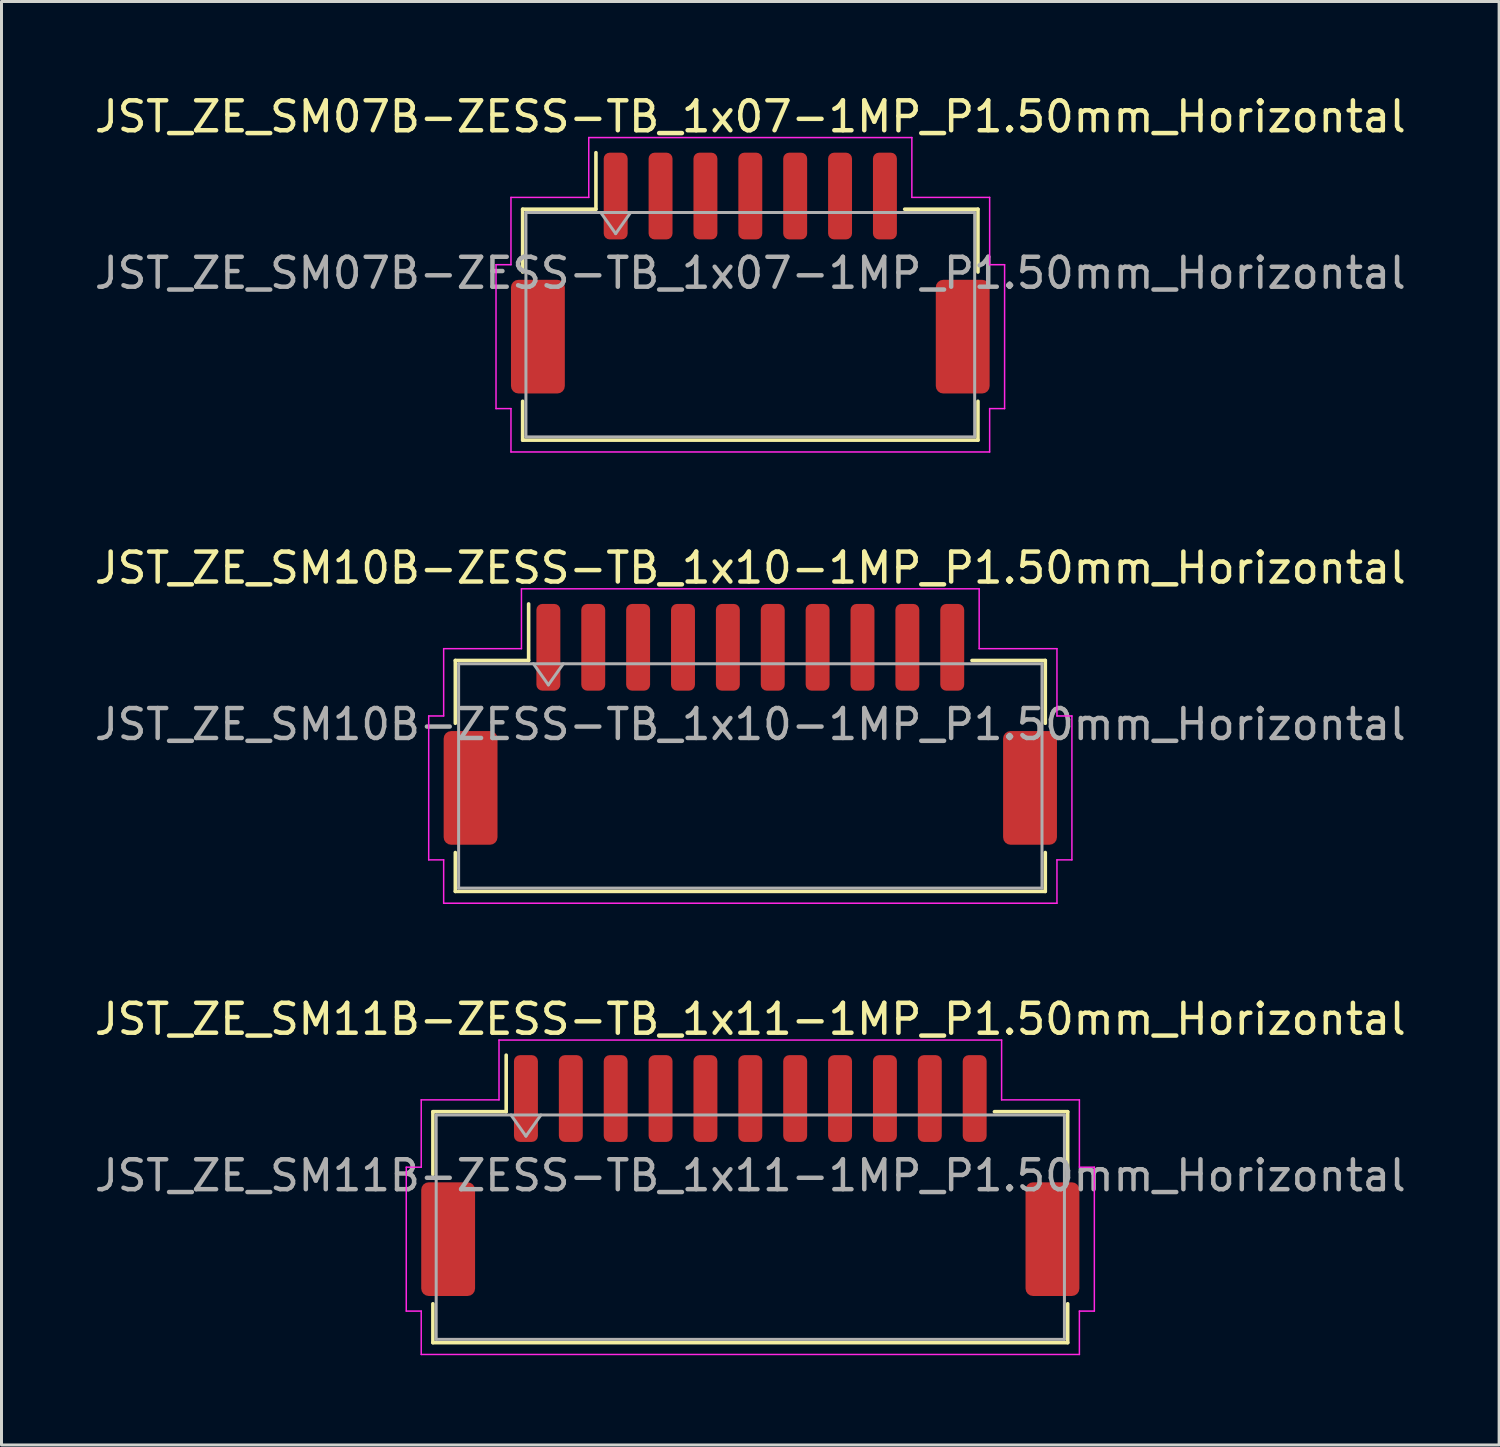
<source format=kicad_pcb>
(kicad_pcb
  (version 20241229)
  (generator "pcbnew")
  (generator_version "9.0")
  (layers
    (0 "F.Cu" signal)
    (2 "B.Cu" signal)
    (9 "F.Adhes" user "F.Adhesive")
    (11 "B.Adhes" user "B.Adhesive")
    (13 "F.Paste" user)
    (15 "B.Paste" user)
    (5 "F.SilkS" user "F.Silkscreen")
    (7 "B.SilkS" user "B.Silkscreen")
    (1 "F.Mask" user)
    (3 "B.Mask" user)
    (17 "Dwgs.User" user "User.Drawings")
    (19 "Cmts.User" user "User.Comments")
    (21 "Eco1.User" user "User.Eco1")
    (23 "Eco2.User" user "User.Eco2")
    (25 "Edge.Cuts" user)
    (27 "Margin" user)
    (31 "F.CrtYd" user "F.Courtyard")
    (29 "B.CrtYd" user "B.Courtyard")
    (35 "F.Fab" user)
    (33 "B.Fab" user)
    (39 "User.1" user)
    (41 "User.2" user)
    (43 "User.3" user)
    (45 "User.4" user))
  (footprint "JST_ZE_SM10B-ZESS-TB_1x10-1MP_P1.50mm_Horizontal"
    (layer "F.Cu")
    (at 22.03 21.162)
    (property "Reference" "JST_ZE_SM10B-ZESS-TB_1x10-1MP_P1.50mm_Horizontal" (at 0 -5.23 0) (layer "F.SilkS") (effects (font (size 1 1) (thickness 0.15))))
    (attr smd)
    (fp_line (start -9.86 -2.135) (end -7.41 -2.135) (stroke (width 0.12) (type solid)) (layer "F.SilkS"))
    (fp_line (start -9.86 -0.035) (end -9.86 -2.135) (stroke (width 0.12) (type solid)) (layer "F.SilkS"))
    (fp_line (start -9.86 4.285) (end -9.86 5.585) (stroke (width 0.12) (type solid)) (layer "F.SilkS"))
    (fp_line (start -9.86 5.585) (end 9.86 5.585) (stroke (width 0.12) (type solid)) (layer "F.SilkS"))
    (fp_line (start -7.41 -2.135) (end -7.41 -4.025) (stroke (width 0.12) (type solid)) (layer "F.SilkS"))
    (fp_line (start 9.86 -2.135) (end 7.41 -2.135) (stroke (width 0.12) (type solid)) (layer "F.SilkS"))
    (fp_line (start 9.86 -0.035) (end 9.86 -2.135) (stroke (width 0.12) (type solid)) (layer "F.SilkS"))
    (fp_line (start 9.86 5.585) (end 9.86 4.285) (stroke (width 0.12) (type solid)) (layer "F.SilkS"))
    (fp_line (start -10.75 -0.28) (end -10.25 -0.28) (stroke (width 0.05) (type solid)) (layer "F.CrtYd"))
    (fp_line (start -10.75 4.53) (end -10.75 -0.28) (stroke (width 0.05) (type solid)) (layer "F.CrtYd"))
    (fp_line (start -10.25 -2.53) (end -7.65 -2.53) (stroke (width 0.05) (type solid)) (layer "F.CrtYd"))
    (fp_line (start -10.25 -0.28) (end -10.25 -2.53) (stroke (width 0.05) (type solid)) (layer "F.CrtYd"))
    (fp_line (start -10.25 4.53) (end -10.75 4.53) (stroke (width 0.05) (type solid)) (layer "F.CrtYd"))
    (fp_line (start -10.25 5.98) (end -10.25 4.53) (stroke (width 0.05) (type solid)) (layer "F.CrtYd"))
    (fp_line (start -7.65 -4.53) (end 7.65 -4.53) (stroke (width 0.05) (type solid)) (layer "F.CrtYd"))
    (fp_line (start -7.65 -2.53) (end -7.65 -4.53) (stroke (width 0.05) (type solid)) (layer "F.CrtYd"))
    (fp_line (start 7.65 -4.53) (end 7.65 -2.53) (stroke (width 0.05) (type solid)) (layer "F.CrtYd"))
    (fp_line (start 7.65 -2.53) (end 10.25 -2.53) (stroke (width 0.05) (type solid)) (layer "F.CrtYd"))
    (fp_line (start 10.25 -2.53) (end 10.25 -0.28) (stroke (width 0.05) (type solid)) (layer "F.CrtYd"))
    (fp_line (start 10.25 -0.28) (end 10.75 -0.28) (stroke (width 0.05) (type solid)) (layer "F.CrtYd"))
    (fp_line (start 10.25 4.53) (end 10.25 5.98) (stroke (width 0.05) (type solid)) (layer "F.CrtYd"))
    (fp_line (start 10.25 5.98) (end -10.25 5.98) (stroke (width 0.05) (type solid)) (layer "F.CrtYd"))
    (fp_line (start 10.75 -0.28) (end 10.75 4.53) (stroke (width 0.05) (type solid)) (layer "F.CrtYd"))
    (fp_line (start 10.75 4.53) (end 10.25 4.53) (stroke (width 0.05) (type solid)) (layer "F.CrtYd"))
    (fp_line (start -9.75 -2.025) (end -9.75 5.475) (stroke (width 0.1) (type solid)) (layer "F.Fab"))
    (fp_line (start -9.75 -2.025) (end 9.75 -2.025) (stroke (width 0.1) (type solid)) (layer "F.Fab"))
    (fp_line (start -9.75 5.475) (end 9.75 5.475) (stroke (width 0.1) (type solid)) (layer "F.Fab"))
    (fp_line (start -7.25 -2.025) (end -6.75 -1.318) (stroke (width 0.1) (type solid)) (layer "F.Fab"))
    (fp_line (start -6.75 -1.318) (end -6.25 -2.025) (stroke (width 0.1) (type solid)) (layer "F.Fab"))
    (fp_line (start 9.75 -2.025) (end 9.75 5.475) (stroke (width 0.1) (type solid)) (layer "F.Fab"))
    (fp_text user "${REFERENCE}" (at 0 0 0) (layer "F.Fab") (effects (font (size 1 1) (thickness 0.15))))
    (pad "1" smd roundrect (at -6.75 -2.575) (size 0.8 2.9) (layers "F.Cu" "F.Mask" "F.Paste") (roundrect_rratio 0.25))
    (pad "2" smd roundrect (at -5.25 -2.575) (size 0.8 2.9) (layers "F.Cu" "F.Mask" "F.Paste") (roundrect_rratio 0.25))
    (pad "3" smd roundrect (at -3.75 -2.575) (size 0.8 2.9) (layers "F.Cu" "F.Mask" "F.Paste") (roundrect_rratio 0.25))
    (pad "4" smd roundrect (at -2.25 -2.575) (size 0.8 2.9) (layers "F.Cu" "F.Mask" "F.Paste") (roundrect_rratio 0.25))
    (pad "5" smd roundrect (at -0.75 -2.575) (size 0.8 2.9) (layers "F.Cu" "F.Mask" "F.Paste") (roundrect_rratio 0.25))
    (pad "6" smd roundrect (at 0.75 -2.575) (size 0.8 2.9) (layers "F.Cu" "F.Mask" "F.Paste") (roundrect_rratio 0.25))
    (pad "7" smd roundrect (at 2.25 -2.575) (size 0.8 2.9) (layers "F.Cu" "F.Mask" "F.Paste") (roundrect_rratio 0.25))
    (pad "8" smd roundrect (at 3.75 -2.575) (size 0.8 2.9) (layers "F.Cu" "F.Mask" "F.Paste") (roundrect_rratio 0.25))
    (pad "9" smd roundrect (at 5.25 -2.575) (size 0.8 2.9) (layers "F.Cu" "F.Mask" "F.Paste") (roundrect_rratio 0.25))
    (pad "10" smd roundrect (at 6.75 -2.575) (size 0.8 2.9) (layers "F.Cu" "F.Mask" "F.Paste") (roundrect_rratio 0.25))
    (pad "MP" smd roundrect (at -9.35 2.125) (size 1.8 3.8) (layers "F.Cu" "F.Mask" "F.Paste") (roundrect_rratio 0.139))
    (pad "MP" smd roundrect (at 9.35 2.125) (size 1.8 3.8) (layers "F.Cu" "F.Mask" "F.Paste") (roundrect_rratio 0.139)))
  (footprint "JST_ZE_SM11B-ZESS-TB_1x11-1MP_P1.50mm_Horizontal"
    (layer "F.Cu")
    (at 22.03 36.245)
    (property "Reference" "JST_ZE_SM11B-ZESS-TB_1x11-1MP_P1.50mm_Horizontal" (at 0 -5.23 0) (layer "F.SilkS") (effects (font (size 1 1) (thickness 0.15))))
    (attr smd)
    (fp_line (start -10.61 -2.135) (end -8.16 -2.135) (stroke (width 0.12) (type solid)) (layer "F.SilkS"))
    (fp_line (start -10.61 -0.035) (end -10.61 -2.135) (stroke (width 0.12) (type solid)) (layer "F.SilkS"))
    (fp_line (start -10.61 4.285) (end -10.61 5.585) (stroke (width 0.12) (type solid)) (layer "F.SilkS"))
    (fp_line (start -10.61 5.585) (end 10.61 5.585) (stroke (width 0.12) (type solid)) (layer "F.SilkS"))
    (fp_line (start -8.16 -2.135) (end -8.16 -4.025) (stroke (width 0.12) (type solid)) (layer "F.SilkS"))
    (fp_line (start 10.61 -2.135) (end 8.16 -2.135) (stroke (width 0.12) (type solid)) (layer "F.SilkS"))
    (fp_line (start 10.61 -0.035) (end 10.61 -2.135) (stroke (width 0.12) (type solid)) (layer "F.SilkS"))
    (fp_line (start 10.61 5.585) (end 10.61 4.285) (stroke (width 0.12) (type solid)) (layer "F.SilkS"))
    (fp_line (start -11.5 -0.28) (end -11 -0.28) (stroke (width 0.05) (type solid)) (layer "F.CrtYd"))
    (fp_line (start -11.5 4.53) (end -11.5 -0.28) (stroke (width 0.05) (type solid)) (layer "F.CrtYd"))
    (fp_line (start -11 -2.53) (end -8.4 -2.53) (stroke (width 0.05) (type solid)) (layer "F.CrtYd"))
    (fp_line (start -11 -0.28) (end -11 -2.53) (stroke (width 0.05) (type solid)) (layer "F.CrtYd"))
    (fp_line (start -11 4.53) (end -11.5 4.53) (stroke (width 0.05) (type solid)) (layer "F.CrtYd"))
    (fp_line (start -11 5.98) (end -11 4.53) (stroke (width 0.05) (type solid)) (layer "F.CrtYd"))
    (fp_line (start -8.4 -4.53) (end 8.4 -4.53) (stroke (width 0.05) (type solid)) (layer "F.CrtYd"))
    (fp_line (start -8.4 -2.53) (end -8.4 -4.53) (stroke (width 0.05) (type solid)) (layer "F.CrtYd"))
    (fp_line (start 8.4 -4.53) (end 8.4 -2.53) (stroke (width 0.05) (type solid)) (layer "F.CrtYd"))
    (fp_line (start 8.4 -2.53) (end 11 -2.53) (stroke (width 0.05) (type solid)) (layer "F.CrtYd"))
    (fp_line (start 11 -2.53) (end 11 -0.28) (stroke (width 0.05) (type solid)) (layer "F.CrtYd"))
    (fp_line (start 11 -0.28) (end 11.5 -0.28) (stroke (width 0.05) (type solid)) (layer "F.CrtYd"))
    (fp_line (start 11 4.53) (end 11 5.98) (stroke (width 0.05) (type solid)) (layer "F.CrtYd"))
    (fp_line (start 11 5.98) (end -11 5.98) (stroke (width 0.05) (type solid)) (layer "F.CrtYd"))
    (fp_line (start 11.5 -0.28) (end 11.5 4.53) (stroke (width 0.05) (type solid)) (layer "F.CrtYd"))
    (fp_line (start 11.5 4.53) (end 11 4.53) (stroke (width 0.05) (type solid)) (layer "F.CrtYd"))
    (fp_line (start -10.5 -2.025) (end -10.5 5.475) (stroke (width 0.1) (type solid)) (layer "F.Fab"))
    (fp_line (start -10.5 -2.025) (end 10.5 -2.025) (stroke (width 0.1) (type solid)) (layer "F.Fab"))
    (fp_line (start -10.5 5.475) (end 10.5 5.475) (stroke (width 0.1) (type solid)) (layer "F.Fab"))
    (fp_line (start -8 -2.025) (end -7.5 -1.318) (stroke (width 0.1) (type solid)) (layer "F.Fab"))
    (fp_line (start -7.5 -1.318) (end -7 -2.025) (stroke (width 0.1) (type solid)) (layer "F.Fab"))
    (fp_line (start 10.5 -2.025) (end 10.5 5.475) (stroke (width 0.1) (type solid)) (layer "F.Fab"))
    (fp_text user "${REFERENCE}" (at 0 0 0) (layer "F.Fab") (effects (font (size 1 1) (thickness 0.15))))
    (pad "1" smd roundrect (at -7.5 -2.575) (size 0.8 2.9) (layers "F.Cu" "F.Mask" "F.Paste") (roundrect_rratio 0.25))
    (pad "2" smd roundrect (at -6 -2.575) (size 0.8 2.9) (layers "F.Cu" "F.Mask" "F.Paste") (roundrect_rratio 0.25))
    (pad "3" smd roundrect (at -4.5 -2.575) (size 0.8 2.9) (layers "F.Cu" "F.Mask" "F.Paste") (roundrect_rratio 0.25))
    (pad "4" smd roundrect (at -3 -2.575) (size 0.8 2.9) (layers "F.Cu" "F.Mask" "F.Paste") (roundrect_rratio 0.25))
    (pad "5" smd roundrect (at -1.5 -2.575) (size 0.8 2.9) (layers "F.Cu" "F.Mask" "F.Paste") (roundrect_rratio 0.25))
    (pad "6" smd roundrect (at 0 -2.575) (size 0.8 2.9) (layers "F.Cu" "F.Mask" "F.Paste") (roundrect_rratio 0.25))
    (pad "7" smd roundrect (at 1.5 -2.575) (size 0.8 2.9) (layers "F.Cu" "F.Mask" "F.Paste") (roundrect_rratio 0.25))
    (pad "8" smd roundrect (at 3 -2.575) (size 0.8 2.9) (layers "F.Cu" "F.Mask" "F.Paste") (roundrect_rratio 0.25))
    (pad "9" smd roundrect (at 4.5 -2.575) (size 0.8 2.9) (layers "F.Cu" "F.Mask" "F.Paste") (roundrect_rratio 0.25))
    (pad "10" smd roundrect (at 6 -2.575) (size 0.8 2.9) (layers "F.Cu" "F.Mask" "F.Paste") (roundrect_rratio 0.25))
    (pad "11" smd roundrect (at 7.5 -2.575) (size 0.8 2.9) (layers "F.Cu" "F.Mask" "F.Paste") (roundrect_rratio 0.25))
    (pad "MP" smd roundrect (at -10.1 2.125) (size 1.8 3.8) (layers "F.Cu" "F.Mask" "F.Paste") (roundrect_rratio 0.139))
    (pad "MP" smd roundrect (at 10.1 2.125) (size 1.8 3.8) (layers "F.Cu" "F.Mask" "F.Paste") (roundrect_rratio 0.139)))
  (footprint "JST_ZE_SM07B-ZESS-TB_1x07-1MP_P1.50mm_Horizontal"
    (layer "F.Cu")
    (at 22.03 6.078)
    (property "Reference" "JST_ZE_SM07B-ZESS-TB_1x07-1MP_P1.50mm_Horizontal" (at 0 -5.23 0) (layer "F.SilkS") (effects (font (size 1 1) (thickness 0.15))))
    (attr smd)
    (fp_line (start -7.61 -2.135) (end -5.16 -2.135) (stroke (width 0.12) (type solid)) (layer "F.SilkS"))
    (fp_line (start -7.61 -0.035) (end -7.61 -2.135) (stroke (width 0.12) (type solid)) (layer "F.SilkS"))
    (fp_line (start -7.61 4.285) (end -7.61 5.585) (stroke (width 0.12) (type solid)) (layer "F.SilkS"))
    (fp_line (start -7.61 5.585) (end 7.61 5.585) (stroke (width 0.12) (type solid)) (layer "F.SilkS"))
    (fp_line (start -5.16 -2.135) (end -5.16 -4.025) (stroke (width 0.12) (type solid)) (layer "F.SilkS"))
    (fp_line (start 7.61 -2.135) (end 5.16 -2.135) (stroke (width 0.12) (type solid)) (layer "F.SilkS"))
    (fp_line (start 7.61 -0.035) (end 7.61 -2.135) (stroke (width 0.12) (type solid)) (layer "F.SilkS"))
    (fp_line (start 7.61 5.585) (end 7.61 4.285) (stroke (width 0.12) (type solid)) (layer "F.SilkS"))
    (fp_line (start -8.5 -0.28) (end -8 -0.28) (stroke (width 0.05) (type solid)) (layer "F.CrtYd"))
    (fp_line (start -8.5 4.53) (end -8.5 -0.28) (stroke (width 0.05) (type solid)) (layer "F.CrtYd"))
    (fp_line (start -8 -2.53) (end -5.4 -2.53) (stroke (width 0.05) (type solid)) (layer "F.CrtYd"))
    (fp_line (start -8 -0.28) (end -8 -2.53) (stroke (width 0.05) (type solid)) (layer "F.CrtYd"))
    (fp_line (start -8 4.53) (end -8.5 4.53) (stroke (width 0.05) (type solid)) (layer "F.CrtYd"))
    (fp_line (start -8 5.98) (end -8 4.53) (stroke (width 0.05) (type solid)) (layer "F.CrtYd"))
    (fp_line (start -5.4 -4.53) (end 5.4 -4.53) (stroke (width 0.05) (type solid)) (layer "F.CrtYd"))
    (fp_line (start -5.4 -2.53) (end -5.4 -4.53) (stroke (width 0.05) (type solid)) (layer "F.CrtYd"))
    (fp_line (start 5.4 -4.53) (end 5.4 -2.53) (stroke (width 0.05) (type solid)) (layer "F.CrtYd"))
    (fp_line (start 5.4 -2.53) (end 8 -2.53) (stroke (width 0.05) (type solid)) (layer "F.CrtYd"))
    (fp_line (start 8 -2.53) (end 8 -0.28) (stroke (width 0.05) (type solid)) (layer "F.CrtYd"))
    (fp_line (start 8 -0.28) (end 8.5 -0.28) (stroke (width 0.05) (type solid)) (layer "F.CrtYd"))
    (fp_line (start 8 4.53) (end 8 5.98) (stroke (width 0.05) (type solid)) (layer "F.CrtYd"))
    (fp_line (start 8 5.98) (end -8 5.98) (stroke (width 0.05) (type solid)) (layer "F.CrtYd"))
    (fp_line (start 8.5 -0.28) (end 8.5 4.53) (stroke (width 0.05) (type solid)) (layer "F.CrtYd"))
    (fp_line (start 8.5 4.53) (end 8 4.53) (stroke (width 0.05) (type solid)) (layer "F.CrtYd"))
    (fp_line (start -7.5 -2.025) (end -7.5 5.475) (stroke (width 0.1) (type solid)) (layer "F.Fab"))
    (fp_line (start -7.5 -2.025) (end 7.5 -2.025) (stroke (width 0.1) (type solid)) (layer "F.Fab"))
    (fp_line (start -7.5 5.475) (end 7.5 5.475) (stroke (width 0.1) (type solid)) (layer "F.Fab"))
    (fp_line (start -5 -2.025) (end -4.5 -1.318) (stroke (width 0.1) (type solid)) (layer "F.Fab"))
    (fp_line (start -4.5 -1.318) (end -4 -2.025) (stroke (width 0.1) (type solid)) (layer "F.Fab"))
    (fp_line (start 7.5 -2.025) (end 7.5 5.475) (stroke (width 0.1) (type solid)) (layer "F.Fab"))
    (fp_text user "${REFERENCE}" (at 0 0 0) (layer "F.Fab") (effects (font (size 1 1) (thickness 0.15))))
    (pad "1" smd roundrect (at -4.5 -2.575) (size 0.8 2.9) (layers "F.Cu" "F.Mask" "F.Paste") (roundrect_rratio 0.25))
    (pad "2" smd roundrect (at -3 -2.575) (size 0.8 2.9) (layers "F.Cu" "F.Mask" "F.Paste") (roundrect_rratio 0.25))
    (pad "3" smd roundrect (at -1.5 -2.575) (size 0.8 2.9) (layers "F.Cu" "F.Mask" "F.Paste") (roundrect_rratio 0.25))
    (pad "4" smd roundrect (at 0 -2.575) (size 0.8 2.9) (layers "F.Cu" "F.Mask" "F.Paste") (roundrect_rratio 0.25))
    (pad "5" smd roundrect (at 1.5 -2.575) (size 0.8 2.9) (layers "F.Cu" "F.Mask" "F.Paste") (roundrect_rratio 0.25))
    (pad "6" smd roundrect (at 3 -2.575) (size 0.8 2.9) (layers "F.Cu" "F.Mask" "F.Paste") (roundrect_rratio 0.25))
    (pad "7" smd roundrect (at 4.5 -2.575) (size 0.8 2.9) (layers "F.Cu" "F.Mask" "F.Paste") (roundrect_rratio 0.25))
    (pad "MP" smd roundrect (at -7.1 2.125) (size 1.8 3.8) (layers "F.Cu" "F.Mask" "F.Paste") (roundrect_rratio 0.139))
    (pad "MP" smd roundrect (at 7.1 2.125) (size 1.8 3.8) (layers "F.Cu" "F.Mask" "F.Paste") (roundrect_rratio 0.139)))
  (gr_rect
    (start -3 -3)
    (end 47.06 45.25)
    (stroke (width 0.1) (type default))
    (fill no)
    (layer "Edge.Cuts")))
</source>
